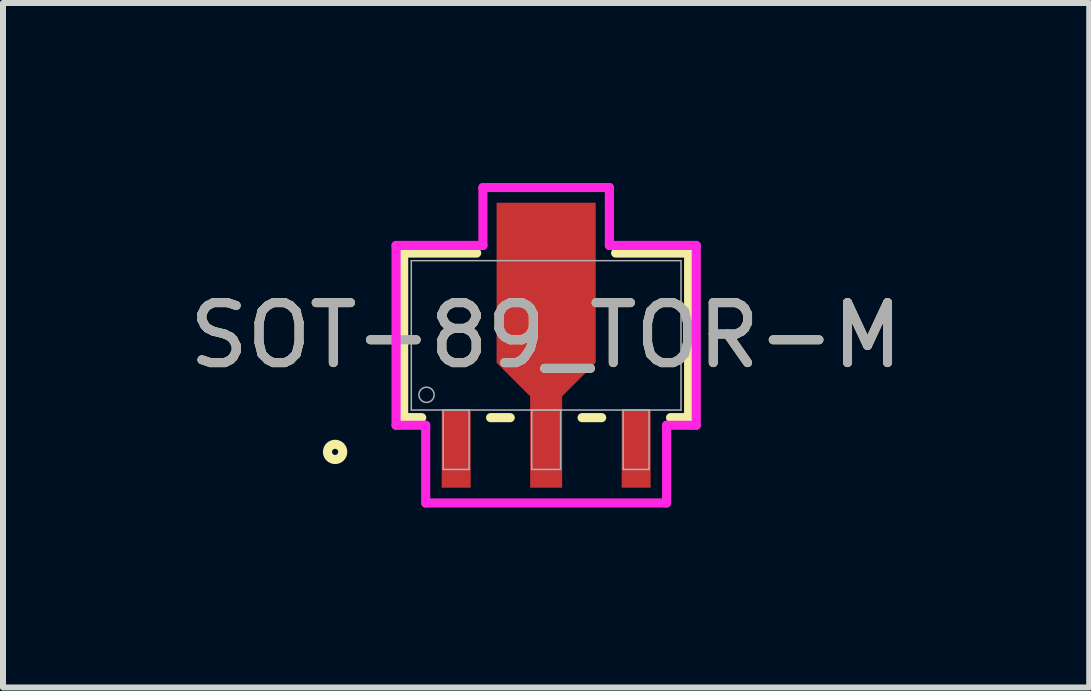
<source format=kicad_pcb>
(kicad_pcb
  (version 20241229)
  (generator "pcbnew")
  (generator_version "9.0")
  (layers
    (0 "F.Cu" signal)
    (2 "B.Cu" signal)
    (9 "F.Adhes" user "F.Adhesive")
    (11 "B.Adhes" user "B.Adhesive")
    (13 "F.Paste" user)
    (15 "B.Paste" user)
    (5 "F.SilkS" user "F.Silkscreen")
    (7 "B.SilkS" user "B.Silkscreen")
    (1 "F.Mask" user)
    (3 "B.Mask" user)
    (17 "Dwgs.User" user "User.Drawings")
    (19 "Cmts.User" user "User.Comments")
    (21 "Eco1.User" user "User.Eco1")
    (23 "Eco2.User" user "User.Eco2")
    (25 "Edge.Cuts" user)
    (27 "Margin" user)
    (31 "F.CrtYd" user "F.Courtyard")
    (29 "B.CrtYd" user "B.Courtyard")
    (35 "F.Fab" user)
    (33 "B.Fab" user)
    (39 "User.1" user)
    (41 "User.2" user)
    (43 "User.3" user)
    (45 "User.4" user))
  (footprint "SOT-89_TOR-M"
    (layer "F.Cu")
    (at 6.054 2.54)
    (property "Reference" "SOT-89_TOR-M" (at 0 0 0) (unlocked yes) (layer "F.SilkS") (effects (font (size 1 1) (thickness 0.15))))
    (attr smd)
    (fp_poly (pts (xy -0.267 1.245) (xy -0.267 1.016) (xy -0.826 0.457) (xy -0.826 -2.21) (xy 0.826 -2.21) (xy 0.826 0.457) (xy 0.267 1.016) (xy 0.267 1.245)) (stroke (width 0) (type solid)) (fill yes) (layer "F.Cu"))
    (fp_poly (pts (xy -0.267 1.27) (xy -0.267 1.016) (xy -0.826 0.457) (xy -0.826 -1.956) (xy 0.826 -1.956) (xy 0.826 0.457) (xy 0.267 1.016) (xy 0.267 1.27)) (stroke (width 0) (type solid)) (fill yes) (layer "F.Mask"))
    (fp_line (start -2.375 -1.372) (end -2.375 1.372) (stroke (width 0.152) (type solid)) (layer "F.SilkS"))
    (fp_line (start -2.375 1.372) (end -2.074 1.372) (stroke (width 0.152) (type solid)) (layer "F.SilkS"))
    (fp_line (start -1.158 -1.372) (end -2.375 -1.372) (stroke (width 0.152) (type solid)) (layer "F.SilkS"))
    (fp_line (start -0.926 1.372) (end -0.599 1.372) (stroke (width 0.152) (type solid)) (layer "F.SilkS"))
    (fp_line (start 0.599 1.372) (end 0.926 1.372) (stroke (width 0.152) (type solid)) (layer "F.SilkS"))
    (fp_line (start 2.074 1.372) (end 2.375 1.372) (stroke (width 0.152) (type solid)) (layer "F.SilkS"))
    (fp_line (start 2.375 -1.372) (end 1.158 -1.372) (stroke (width 0.152) (type solid)) (layer "F.SilkS"))
    (fp_line (start 2.375 1.372) (end 2.375 -1.372) (stroke (width 0.152) (type solid)) (layer "F.SilkS"))
    (fp_circle (center -3.518 1.943) (end -3.391 1.943) (stroke (width 0.152) (type solid)) (fill no) (layer "F.SilkS"))
    (fp_poly (pts (xy -0.267 1.27) (xy -0.267 1.016) (xy -0.826 0.457) (xy -0.826 -1.956) (xy 0.826 -1.956) (xy 0.826 0.457) (xy 0.267 1.016) (xy 0.267 1.27)) (stroke (width 0) (type solid)) (fill yes) (layer "F.Paste"))
    (fp_line (start -2.502 -1.499) (end -1.054 -1.499) (stroke (width 0.152) (type solid)) (layer "F.CrtYd"))
    (fp_line (start -2.502 1.499) (end -2.502 -1.499) (stroke (width 0.152) (type solid)) (layer "F.CrtYd"))
    (fp_line (start -2.008 1.499) (end -2.502 1.499) (stroke (width 0.152) (type solid)) (layer "F.CrtYd"))
    (fp_line (start -2.008 2.794) (end -2.008 1.499) (stroke (width 0.152) (type solid)) (layer "F.CrtYd"))
    (fp_line (start -1.054 -2.464) (end 1.054 -2.464) (stroke (width 0.152) (type solid)) (layer "F.CrtYd"))
    (fp_line (start -1.054 -1.499) (end -1.054 -2.464) (stroke (width 0.152) (type solid)) (layer "F.CrtYd"))
    (fp_line (start 1.054 -2.464) (end 1.054 -1.499) (stroke (width 0.152) (type solid)) (layer "F.CrtYd"))
    (fp_line (start 1.054 -1.499) (end 2.502 -1.499) (stroke (width 0.152) (type solid)) (layer "F.CrtYd"))
    (fp_line (start 2.008 1.499) (end 2.008 2.794) (stroke (width 0.152) (type solid)) (layer "F.CrtYd"))
    (fp_line (start 2.008 2.794) (end -2.008 2.794) (stroke (width 0.152) (type solid)) (layer "F.CrtYd"))
    (fp_line (start 2.502 -1.499) (end 2.502 1.499) (stroke (width 0.152) (type solid)) (layer "F.CrtYd"))
    (fp_line (start 2.502 1.499) (end 2.008 1.499) (stroke (width 0.152) (type solid)) (layer "F.CrtYd"))
    (fp_line (start -2.248 -1.245) (end -2.248 1.245) (stroke (width 0.025) (type solid)) (layer "F.Fab"))
    (fp_line (start -2.248 1.245) (end 2.248 1.245) (stroke (width 0.025) (type solid)) (layer "F.Fab"))
    (fp_line (start -1.716 1.245) (end -1.716 2.235) (stroke (width 0.025) (type solid)) (layer "F.Fab"))
    (fp_line (start -1.716 2.235) (end -1.284 2.235) (stroke (width 0.025) (type solid)) (layer "F.Fab"))
    (fp_line (start -1.284 1.245) (end -1.716 1.245) (stroke (width 0.025) (type solid)) (layer "F.Fab"))
    (fp_line (start -1.284 2.235) (end -1.284 1.245) (stroke (width 0.025) (type solid)) (layer "F.Fab"))
    (fp_line (start -0.241 1.245) (end -0.241 2.235) (stroke (width 0.025) (type solid)) (layer "F.Fab"))
    (fp_line (start -0.241 2.235) (end 0.241 2.235) (stroke (width 0.025) (type solid)) (layer "F.Fab"))
    (fp_line (start 0.241 1.245) (end -0.241 1.245) (stroke (width 0.025) (type solid)) (layer "F.Fab"))
    (fp_line (start 0.241 2.235) (end 0.241 1.245) (stroke (width 0.025) (type solid)) (layer "F.Fab"))
    (fp_line (start 1.284 1.245) (end 1.284 2.235) (stroke (width 0.025) (type solid)) (layer "F.Fab"))
    (fp_line (start 1.284 2.235) (end 1.716 2.235) (stroke (width 0.025) (type solid)) (layer "F.Fab"))
    (fp_line (start 1.716 1.245) (end 1.284 1.245) (stroke (width 0.025) (type solid)) (layer "F.Fab"))
    (fp_line (start 1.716 2.235) (end 1.716 1.245) (stroke (width 0.025) (type solid)) (layer "F.Fab"))
    (fp_line (start 2.248 -1.245) (end -2.248 -1.245) (stroke (width 0.025) (type solid)) (layer "F.Fab"))
    (fp_line (start 2.248 1.245) (end 2.248 -1.245) (stroke (width 0.025) (type solid)) (layer "F.Fab"))
    (fp_circle (center -1.994 0.991) (end -1.867 0.991) (stroke (width 0.025) (type solid)) (fill no) (layer "F.Fab"))
    (fp_text user "${REFERENCE}" (at 0 0 0) (unlocked yes) (layer "F.Fab") (effects (font (size 1 1) (thickness 0.15))))
    (pad "1" smd rect (at -1.5 1.892) (size 0.483 1.295) (layers "F.Cu" "F.Mask" "F.Paste"))
    (pad "2" smd rect (at 0 1.892) (size 0.533 1.295) (layers "F.Cu" "F.Mask" "F.Paste"))
    (pad "3" smd rect (at 1.5 1.892) (size 0.483 1.295) (layers "F.Cu" "F.Mask" "F.Paste")))
  (gr_rect
    (start -3 -3)
    (end 15.107 8.41)
    (stroke (width 0.1) (type default))
    (fill no)
    (layer "Edge.Cuts")))
</source>
